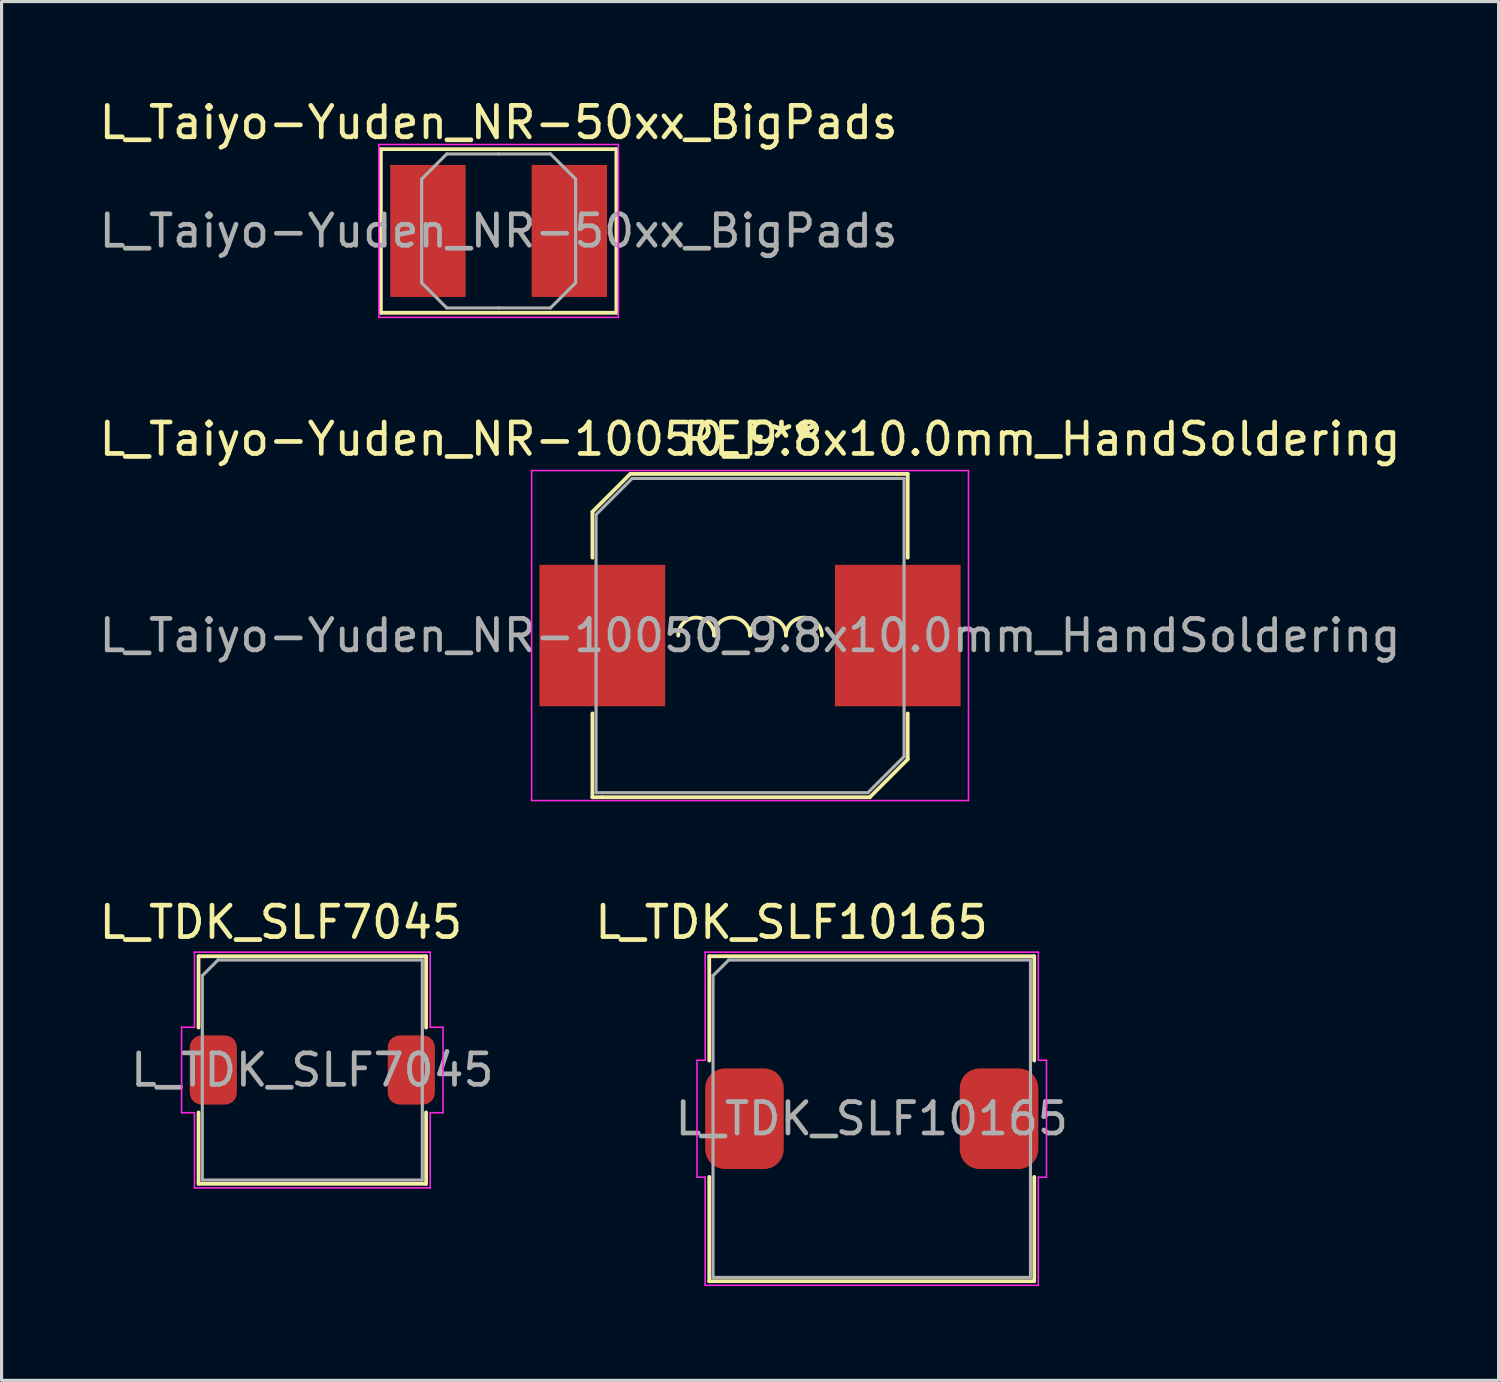
<source format=kicad_pcb>
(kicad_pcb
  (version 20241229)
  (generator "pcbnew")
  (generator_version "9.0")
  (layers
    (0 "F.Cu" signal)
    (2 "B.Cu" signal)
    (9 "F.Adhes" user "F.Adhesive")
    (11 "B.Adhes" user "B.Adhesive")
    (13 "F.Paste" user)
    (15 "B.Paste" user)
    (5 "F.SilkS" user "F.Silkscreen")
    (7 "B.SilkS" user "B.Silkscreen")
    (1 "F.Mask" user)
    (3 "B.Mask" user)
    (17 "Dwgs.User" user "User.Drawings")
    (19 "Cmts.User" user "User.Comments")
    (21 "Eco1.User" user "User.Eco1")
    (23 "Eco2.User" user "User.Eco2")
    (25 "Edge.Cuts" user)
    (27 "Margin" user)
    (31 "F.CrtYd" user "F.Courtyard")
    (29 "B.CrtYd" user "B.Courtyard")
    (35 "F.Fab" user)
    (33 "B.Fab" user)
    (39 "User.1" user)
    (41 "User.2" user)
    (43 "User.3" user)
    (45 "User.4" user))
  (footprint "L_Taiyo-Yuden_NR-50xx_BigPads"
    (layer "F.Cu")
    (at 12.815 4.298)
    (property "Reference" "L_Taiyo-Yuden_NR-50xx_BigPads" (at 0 -3.45 0) (layer "F.SilkS") (effects (font (size 1 1) (thickness 0.15))))
    (attr smd)
    (fp_line (start -3.747 -2.603) (end -3.747 2.603) (stroke (width 0.12) (type solid)) (layer "F.SilkS"))
    (fp_line (start -3.747 2.603) (end 3.747 2.603) (stroke (width 0.12) (type solid)) (layer "F.SilkS"))
    (fp_line (start 3.747 -2.603) (end -3.747 -2.603) (stroke (width 0.12) (type solid)) (layer "F.SilkS"))
    (fp_line (start 3.747 2.603) (end 3.747 -2.603) (stroke (width 0.12) (type solid)) (layer "F.SilkS"))
    (fp_line (start -3.81 -2.75) (end -3.81 2.75) (stroke (width 0.05) (type solid)) (layer "F.CrtYd"))
    (fp_line (start -3.81 2.75) (end 3.81 2.75) (stroke (width 0.05) (type solid)) (layer "F.CrtYd"))
    (fp_line (start 3.81 -2.75) (end -3.81 -2.75) (stroke (width 0.05) (type solid)) (layer "F.CrtYd"))
    (fp_line (start 3.81 2.75) (end 3.81 -2.75) (stroke (width 0.05) (type solid)) (layer "F.CrtYd"))
    (fp_line (start -2.45 -1.65) (end -1.65 -2.45) (stroke (width 0.1) (type solid)) (layer "F.Fab"))
    (fp_line (start -2.45 0) (end -2.45 -1.65) (stroke (width 0.1) (type solid)) (layer "F.Fab"))
    (fp_line (start -2.45 0) (end -2.45 1.65) (stroke (width 0.1) (type solid)) (layer "F.Fab"))
    (fp_line (start -2.45 1.65) (end -1.65 2.45) (stroke (width 0.1) (type solid)) (layer "F.Fab"))
    (fp_line (start -1.65 -2.45) (end 0 -2.45) (stroke (width 0.1) (type solid)) (layer "F.Fab"))
    (fp_line (start -1.65 2.45) (end 0 2.45) (stroke (width 0.1) (type solid)) (layer "F.Fab"))
    (fp_line (start 1.65 -2.45) (end 0 -2.45) (stroke (width 0.1) (type solid)) (layer "F.Fab"))
    (fp_line (start 1.65 2.45) (end 0 2.45) (stroke (width 0.1) (type solid)) (layer "F.Fab"))
    (fp_line (start 2.45 -1.65) (end 1.65 -2.45) (stroke (width 0.1) (type solid)) (layer "F.Fab"))
    (fp_line (start 2.45 0) (end 2.45 -1.65) (stroke (width 0.1) (type solid)) (layer "F.Fab"))
    (fp_line (start 2.45 0) (end 2.45 1.65) (stroke (width 0.1) (type solid)) (layer "F.Fab"))
    (fp_line (start 2.45 1.65) (end 1.65 2.45) (stroke (width 0.1) (type solid)) (layer "F.Fab"))
    (fp_text user "${REFERENCE}" (at 0 0 0) (layer "F.Fab") (effects (font (size 1 1) (thickness 0.15))))
    (pad "1" smd rect (at -2.25 0) (size 2.4 4.2) (layers "F.Cu" "F.Mask" "F.Paste"))
    (pad "2" smd rect (at 2.25 0) (size 2.4 4.2) (layers "F.Cu" "F.Mask" "F.Paste")))
  (footprint "L_TDK_SLF10165"
    (layer "F.Cu")
    (at 24.687 32.545)
    (property "Reference" "L_TDK_SLF10165" (at -2.55 -6.25 0) (layer "F.SilkS") (effects (font (size 1 1) (thickness 0.15))))
    (attr smd)
    (fp_line (start -5.17 -5.17) (end -5.17 -1.85) (stroke (width 0.12) (type solid)) (layer "F.SilkS"))
    (fp_line (start -5.17 -5.17) (end 5.17 -5.17) (stroke (width 0.12) (type solid)) (layer "F.SilkS"))
    (fp_line (start -5.17 1.85) (end -5.17 5.17) (stroke (width 0.12) (type solid)) (layer "F.SilkS"))
    (fp_line (start -5.17 5.17) (end 5.17 5.17) (stroke (width 0.12) (type solid)) (layer "F.SilkS"))
    (fp_line (start 5.17 -5.17) (end 5.17 -1.85) (stroke (width 0.12) (type solid)) (layer "F.SilkS"))
    (fp_line (start 5.17 1.85) (end 5.17 5.17) (stroke (width 0.12) (type solid)) (layer "F.SilkS"))
    (fp_line (start -5.56 -1.86) (end -5.56 1.86) (stroke (width 0.05) (type solid)) (layer "F.CrtYd"))
    (fp_line (start -5.56 1.86) (end -5.3 1.86) (stroke (width 0.05) (type solid)) (layer "F.CrtYd"))
    (fp_line (start -5.3 -5.3) (end -5.3 -1.86) (stroke (width 0.05) (type solid)) (layer "F.CrtYd"))
    (fp_line (start -5.3 -5.3) (end 5.3 -5.3) (stroke (width 0.05) (type solid)) (layer "F.CrtYd"))
    (fp_line (start -5.3 -1.86) (end -5.56 -1.86) (stroke (width 0.05) (type solid)) (layer "F.CrtYd"))
    (fp_line (start -5.3 1.86) (end -5.3 5.3) (stroke (width 0.05) (type solid)) (layer "F.CrtYd"))
    (fp_line (start -5.3 5.3) (end 5.3 5.3) (stroke (width 0.05) (type solid)) (layer "F.CrtYd"))
    (fp_line (start 5.3 -5.3) (end 5.3 -1.86) (stroke (width 0.05) (type solid)) (layer "F.CrtYd"))
    (fp_line (start 5.3 -1.86) (end 5.56 -1.86) (stroke (width 0.05) (type solid)) (layer "F.CrtYd"))
    (fp_line (start 5.3 1.86) (end 5.3 5.3) (stroke (width 0.05) (type solid)) (layer "F.CrtYd"))
    (fp_line (start 5.56 -1.86) (end 5.56 1.86) (stroke (width 0.05) (type solid)) (layer "F.CrtYd"))
    (fp_line (start 5.56 1.86) (end 5.3 1.86) (stroke (width 0.05) (type solid)) (layer "F.CrtYd"))
    (fp_line (start -5.05 -4.55) (end -4.55 -5.05) (stroke (width 0.1) (type solid)) (layer "F.Fab"))
    (fp_line (start -5.05 5.05) (end -5.05 -4.55) (stroke (width 0.1) (type solid)) (layer "F.Fab"))
    (fp_line (start -4.55 -5.05) (end 5.05 -5.05) (stroke (width 0.1) (type solid)) (layer "F.Fab"))
    (fp_line (start 5.05 -5.05) (end 5.05 5.05) (stroke (width 0.1) (type solid)) (layer "F.Fab"))
    (fp_line (start 5.05 5.05) (end -5.05 5.05) (stroke (width 0.1) (type solid)) (layer "F.Fab"))
    (fp_text user "${REFERENCE}" (at 0 0 0) (layer "F.Fab") (effects (font (size 1 1) (thickness 0.15))))
    (pad "1" smd roundrect (at -4.05 0) (size 2.5 3.2) (layers "F.Cu" "F.Mask" "F.Paste") (roundrect_rratio 0.25))
    (pad "2" smd roundrect (at 4.05 0) (size 2.5 3.2) (layers "F.Cu" "F.Mask" "F.Paste") (roundrect_rratio 0.25)))
  (footprint "L_Taiyo-Yuden_NR-10050_9.8x10.0mm_HandSoldering"
    (layer "F.Cu")
    (at 20.815 17.172)
    (property "Reference" "L_Taiyo-Yuden_NR-10050_9.8x10.0mm_HandSoldering" (at 0 -6.25 0) (layer "F.SilkS") (effects (font (size 1 1) (thickness 0.15))))
    (attr smd)
    (fp_line (start -5.016 -3.937) (end -5.016 -2.477) (stroke (width 0.12) (type solid)) (layer "F.SilkS"))
    (fp_line (start -5.016 5.144) (end -5.016 2.477) (stroke (width 0.12) (type solid)) (layer "F.SilkS"))
    (fp_line (start -4.699 5.144) (end -5.016 5.144) (stroke (width 0.12) (type solid)) (layer "F.SilkS"))
    (fp_line (start -4.699 5.144) (end 3.81 5.144) (stroke (width 0.12) (type solid)) (layer "F.SilkS"))
    (fp_line (start -3.81 -5.144) (end -5.016 -3.937) (stroke (width 0.12) (type solid)) (layer "F.SilkS"))
    (fp_line (start 3.81 5.144) (end 5.016 3.937) (stroke (width 0.12) (type solid)) (layer "F.SilkS"))
    (fp_line (start 4.699 -5.144) (end -3.81 -5.144) (stroke (width 0.12) (type solid)) (layer "F.SilkS"))
    (fp_line (start 4.699 -5.144) (end 5.016 -5.144) (stroke (width 0.12) (type solid)) (layer "F.SilkS"))
    (fp_line (start 5.016 -5.144) (end 5.016 -2.477) (stroke (width 0.12) (type solid)) (layer "F.SilkS"))
    (fp_line (start 5.016 3.937) (end 5.016 2.477) (stroke (width 0.12) (type solid)) (layer "F.SilkS"))
    (fp_arc (start -2.286 0) (mid -1.7145 -0.5715) (end -1.143 0) (stroke (width 0.12) (type solid)) (layer "F.SilkS"))
    (fp_arc (start -1.143 0) (mid -0.5715 -0.5715) (end 0 0) (stroke (width 0.12) (type solid)) (layer "F.SilkS"))
    (fp_arc (start 0 0) (mid 0.5715 -0.5715) (end 1.143 0) (stroke (width 0.12) (type solid)) (layer "F.SilkS"))
    (fp_arc (start 1.143 0) (mid 1.7145 -0.5715) (end 2.286 0) (stroke (width 0.12) (type solid)) (layer "F.SilkS"))
    (fp_line (start -6.95 -5.25) (end -6.95 5.25) (stroke (width 0.05) (type solid)) (layer "F.CrtYd"))
    (fp_line (start -6.95 5.25) (end 6.95 5.25) (stroke (width 0.05) (type solid)) (layer "F.CrtYd"))
    (fp_line (start 6.95 -5.25) (end -6.95 -5.25) (stroke (width 0.05) (type solid)) (layer "F.CrtYd"))
    (fp_line (start 6.95 5.25) (end 6.95 -5.25) (stroke (width 0.05) (type solid)) (layer "F.CrtYd"))
    (fp_line (start -4.9 -3.85) (end -4.9 5) (stroke (width 0.1) (type solid)) (layer "F.Fab"))
    (fp_line (start -4.9 -3.85) (end -3.75 -5) (stroke (width 0.1) (type solid)) (layer "F.Fab"))
    (fp_line (start -4.9 5) (end 3.75 5) (stroke (width 0.1) (type solid)) (layer "F.Fab"))
    (fp_line (start 3.75 5) (end 4.9 3.85) (stroke (width 0.1) (type solid)) (layer "F.Fab"))
    (fp_line (start 4.9 -5) (end -3.75 -5) (stroke (width 0.1) (type solid)) (layer "F.Fab"))
    (fp_line (start 4.9 3.85) (end 4.9 -5) (stroke (width 0.1) (type solid)) (layer "F.Fab"))
    (fp_text user "REF**" (at 0 -6.25 0) (layer "F.SilkS") (effects (font (size 1 1) (thickness 0.15))))
    (fp_text user "${REFERENCE}" (at 0 0 0) (layer "F.Fab") (effects (font (size 1 1) (thickness 0.15))))
    (pad "1" smd rect (at -4.7 0) (size 4 4.5) (layers "F.Cu" "F.Mask" "F.Paste"))
    (pad "2" smd rect (at 4.7 0) (size 4 4.5) (layers "F.Cu" "F.Mask" "F.Paste")))
  (footprint "L_TDK_SLF7045"
    (layer "F.Cu")
    (at 6.887 30.995)
    (property "Reference" "L_TDK_SLF7045" (at -1 -4.7 0) (layer "F.SilkS") (effects (font (size 1 1) (thickness 0.15))))
    (attr smd)
    (fp_line (start -3.62 -3.62) (end -3.62 -1.35) (stroke (width 0.12) (type solid)) (layer "F.SilkS"))
    (fp_line (start -3.62 -3.62) (end 3.62 -3.62) (stroke (width 0.12) (type solid)) (layer "F.SilkS"))
    (fp_line (start -3.62 1.35) (end -3.62 3.62) (stroke (width 0.12) (type solid)) (layer "F.SilkS"))
    (fp_line (start -3.62 3.62) (end 3.62 3.62) (stroke (width 0.12) (type solid)) (layer "F.SilkS"))
    (fp_line (start 3.62 -3.62) (end 3.62 -1.35) (stroke (width 0.12) (type solid)) (layer "F.SilkS"))
    (fp_line (start 3.62 1.35) (end 3.62 3.62) (stroke (width 0.12) (type solid)) (layer "F.SilkS"))
    (fp_line (start -4.16 -1.36) (end -4.16 1.36) (stroke (width 0.05) (type solid)) (layer "F.CrtYd"))
    (fp_line (start -4.16 1.36) (end -3.75 1.36) (stroke (width 0.05) (type solid)) (layer "F.CrtYd"))
    (fp_line (start -3.75 -3.75) (end -3.75 -1.36) (stroke (width 0.05) (type solid)) (layer "F.CrtYd"))
    (fp_line (start -3.75 -3.75) (end 3.75 -3.75) (stroke (width 0.05) (type solid)) (layer "F.CrtYd"))
    (fp_line (start -3.75 -1.36) (end -4.16 -1.36) (stroke (width 0.05) (type solid)) (layer "F.CrtYd"))
    (fp_line (start -3.75 1.36) (end -3.75 3.75) (stroke (width 0.05) (type solid)) (layer "F.CrtYd"))
    (fp_line (start -3.75 3.75) (end 3.75 3.75) (stroke (width 0.05) (type solid)) (layer "F.CrtYd"))
    (fp_line (start 3.75 -3.75) (end 3.75 -1.36) (stroke (width 0.05) (type solid)) (layer "F.CrtYd"))
    (fp_line (start 3.75 -1.36) (end 4.16 -1.36) (stroke (width 0.05) (type solid)) (layer "F.CrtYd"))
    (fp_line (start 3.75 1.36) (end 3.75 3.75) (stroke (width 0.05) (type solid)) (layer "F.CrtYd"))
    (fp_line (start 4.16 -1.36) (end 4.16 1.36) (stroke (width 0.05) (type solid)) (layer "F.CrtYd"))
    (fp_line (start 4.16 1.36) (end 3.75 1.36) (stroke (width 0.05) (type solid)) (layer "F.CrtYd"))
    (fp_line (start -3.5 -3) (end -3 -3.5) (stroke (width 0.1) (type solid)) (layer "F.Fab"))
    (fp_line (start -3.5 3.5) (end -3.5 -3) (stroke (width 0.1) (type solid)) (layer "F.Fab"))
    (fp_line (start -3 -3.5) (end 3.5 -3.5) (stroke (width 0.1) (type solid)) (layer "F.Fab"))
    (fp_line (start 3.5 -3.5) (end 3.5 3.5) (stroke (width 0.1) (type solid)) (layer "F.Fab"))
    (fp_line (start 3.5 3.5) (end -3.5 3.5) (stroke (width 0.1) (type solid)) (layer "F.Fab"))
    (fp_text user "${REFERENCE}" (at 0 0 0) (layer "F.Fab") (effects (font (size 1 1) (thickness 0.15))))
    (pad "1" smd roundrect (at -3.15 0) (size 1.5 2.2) (layers "F.Cu" "F.Mask" "F.Paste") (roundrect_rratio 0.25))
    (pad "2" smd roundrect (at 3.15 0) (size 1.5 2.2) (layers "F.Cu" "F.Mask" "F.Paste") (roundrect_rratio 0.25)))
  (gr_rect
    (start -3 -3)
    (end 44.631 40.87)
    (stroke (width 0.1) (type default))
    (fill no)
    (layer "Edge.Cuts")))
</source>
